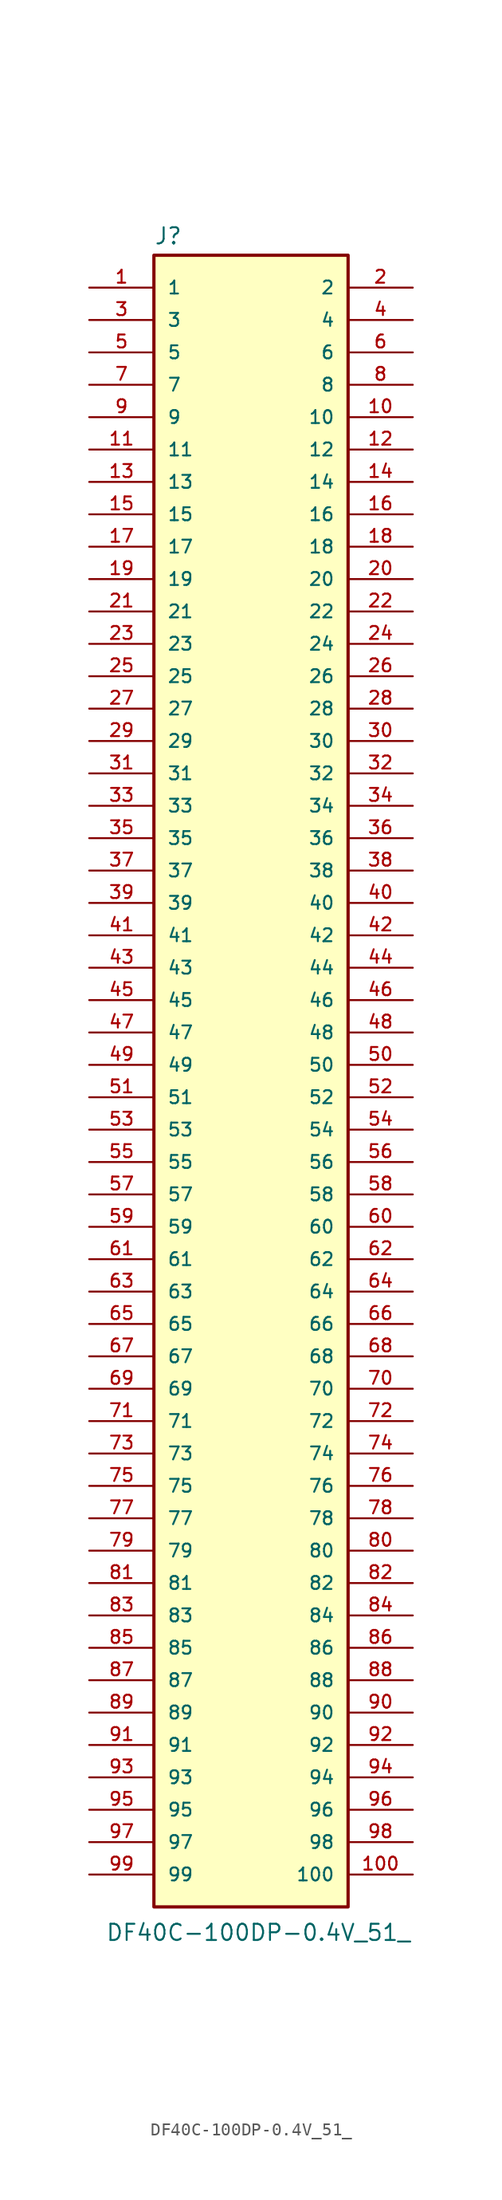
<source format=kicad_sym>
(kicad_symbol_lib
  (version 20220914)
  (generator kicad_symbol_editor)
  (symbol "DF40C-100DP-0.4V_51_"
    (pin_names
      (offset 1.016))
    (property "Reference" "J"
      (at -7.62 64.262 0)
      (effects (font (size 1.27 1.27)) (justify left bottom)))
    (property "Value" "DF40C-100DP-0.4V_51_"
      (at -11.43 -67.31 0)
      (effects (font (size 1.27 1.27)) (justify left top)))
    (symbol "DF40C-100DP-0.4V_51__0_0"
      (rectangle (start -7.62 63.5) (end 7.62 -66.04) (stroke (width 0.254) (type default)) (fill (type background)))
      (pin passive line (at -12.7 60.96 0) (length 5.08) (name "1" (effects (font (size 1.016 1.016)))) (number "1" (effects (font (size 1.016 1.016)))))
      (pin passive line (at 12.7 50.8 180) (length 5.08) (name "10" (effects (font (size 1.016 1.016)))) (number "10" (effects (font (size 1.016 1.016)))))
      (pin passive line (at 12.7 -63.5 180) (length 5.08) (name "100" (effects (font (size 1.016 1.016)))) (number "100" (effects (font (size 1.016 1.016)))))
      (pin passive line (at -12.7 48.26 0) (length 5.08) (name "11" (effects (font (size 1.016 1.016)))) (number "11" (effects (font (size 1.016 1.016)))))
      (pin passive line (at 12.7 48.26 180) (length 5.08) (name "12" (effects (font (size 1.016 1.016)))) (number "12" (effects (font (size 1.016 1.016)))))
      (pin passive line (at -12.7 45.72 0) (length 5.08) (name "13" (effects (font (size 1.016 1.016)))) (number "13" (effects (font (size 1.016 1.016)))))
      (pin passive line (at 12.7 45.72 180) (length 5.08) (name "14" (effects (font (size 1.016 1.016)))) (number "14" (effects (font (size 1.016 1.016)))))
      (pin passive line (at -12.7 43.18 0) (length 5.08) (name "15" (effects (font (size 1.016 1.016)))) (number "15" (effects (font (size 1.016 1.016)))))
      (pin passive line (at 12.7 43.18 180) (length 5.08) (name "16" (effects (font (size 1.016 1.016)))) (number "16" (effects (font (size 1.016 1.016)))))
      (pin passive line (at -12.7 40.64 0) (length 5.08) (name "17" (effects (font (size 1.016 1.016)))) (number "17" (effects (font (size 1.016 1.016)))))
      (pin passive line (at 12.7 40.64 180) (length 5.08) (name "18" (effects (font (size 1.016 1.016)))) (number "18" (effects (font (size 1.016 1.016)))))
      (pin passive line (at -12.7 38.1 0) (length 5.08) (name "19" (effects (font (size 1.016 1.016)))) (number "19" (effects (font (size 1.016 1.016)))))
      (pin passive line (at 12.7 60.96 180) (length 5.08) (name "2" (effects (font (size 1.016 1.016)))) (number "2" (effects (font (size 1.016 1.016)))))
      (pin passive line (at 12.7 38.1 180) (length 5.08) (name "20" (effects (font (size 1.016 1.016)))) (number "20" (effects (font (size 1.016 1.016)))))
      (pin passive line (at -12.7 35.56 0) (length 5.08) (name "21" (effects (font (size 1.016 1.016)))) (number "21" (effects (font (size 1.016 1.016)))))
      (pin passive line (at 12.7 35.56 180) (length 5.08) (name "22" (effects (font (size 1.016 1.016)))) (number "22" (effects (font (size 1.016 1.016)))))
      (pin passive line (at -12.7 33.02 0) (length 5.08) (name "23" (effects (font (size 1.016 1.016)))) (number "23" (effects (font (size 1.016 1.016)))))
      (pin passive line (at 12.7 33.02 180) (length 5.08) (name "24" (effects (font (size 1.016 1.016)))) (number "24" (effects (font (size 1.016 1.016)))))
      (pin passive line (at -12.7 30.48 0) (length 5.08) (name "25" (effects (font (size 1.016 1.016)))) (number "25" (effects (font (size 1.016 1.016)))))
      (pin passive line (at 12.7 30.48 180) (length 5.08) (name "26" (effects (font (size 1.016 1.016)))) (number "26" (effects (font (size 1.016 1.016)))))
      (pin passive line (at -12.7 27.94 0) (length 5.08) (name "27" (effects (font (size 1.016 1.016)))) (number "27" (effects (font (size 1.016 1.016)))))
      (pin passive line (at 12.7 27.94 180) (length 5.08) (name "28" (effects (font (size 1.016 1.016)))) (number "28" (effects (font (size 1.016 1.016)))))
      (pin passive line (at -12.7 25.4 0) (length 5.08) (name "29" (effects (font (size 1.016 1.016)))) (number "29" (effects (font (size 1.016 1.016)))))
      (pin passive line (at -12.7 58.42 0) (length 5.08) (name "3" (effects (font (size 1.016 1.016)))) (number "3" (effects (font (size 1.016 1.016)))))
      (pin passive line (at 12.7 25.4 180) (length 5.08) (name "30" (effects (font (size 1.016 1.016)))) (number "30" (effects (font (size 1.016 1.016)))))
      (pin passive line (at -12.7 22.86 0) (length 5.08) (name "31" (effects (font (size 1.016 1.016)))) (number "31" (effects (font (size 1.016 1.016)))))
      (pin passive line (at 12.7 22.86 180) (length 5.08) (name "32" (effects (font (size 1.016 1.016)))) (number "32" (effects (font (size 1.016 1.016)))))
      (pin passive line (at -12.7 20.32 0) (length 5.08) (name "33" (effects (font (size 1.016 1.016)))) (number "33" (effects (font (size 1.016 1.016)))))
      (pin passive line (at 12.7 20.32 180) (length 5.08) (name "34" (effects (font (size 1.016 1.016)))) (number "34" (effects (font (size 1.016 1.016)))))
      (pin passive line (at -12.7 17.78 0) (length 5.08) (name "35" (effects (font (size 1.016 1.016)))) (number "35" (effects (font (size 1.016 1.016)))))
      (pin passive line (at 12.7 17.78 180) (length 5.08) (name "36" (effects (font (size 1.016 1.016)))) (number "36" (effects (font (size 1.016 1.016)))))
      (pin passive line (at -12.7 15.24 0) (length 5.08) (name "37" (effects (font (size 1.016 1.016)))) (number "37" (effects (font (size 1.016 1.016)))))
      (pin passive line (at 12.7 15.24 180) (length 5.08) (name "38" (effects (font (size 1.016 1.016)))) (number "38" (effects (font (size 1.016 1.016)))))
      (pin passive line (at -12.7 12.7 0) (length 5.08) (name "39" (effects (font (size 1.016 1.016)))) (number "39" (effects (font (size 1.016 1.016)))))
      (pin passive line (at 12.7 58.42 180) (length 5.08) (name "4" (effects (font (size 1.016 1.016)))) (number "4" (effects (font (size 1.016 1.016)))))
      (pin passive line (at 12.7 12.7 180) (length 5.08) (name "40" (effects (font (size 1.016 1.016)))) (number "40" (effects (font (size 1.016 1.016)))))
      (pin passive line (at -12.7 10.16 0) (length 5.08) (name "41" (effects (font (size 1.016 1.016)))) (number "41" (effects (font (size 1.016 1.016)))))
      (pin passive line (at 12.7 10.16 180) (length 5.08) (name "42" (effects (font (size 1.016 1.016)))) (number "42" (effects (font (size 1.016 1.016)))))
      (pin passive line (at -12.7 7.62 0) (length 5.08) (name "43" (effects (font (size 1.016 1.016)))) (number "43" (effects (font (size 1.016 1.016)))))
      (pin passive line (at 12.7 7.62 180) (length 5.08) (name "44" (effects (font (size 1.016 1.016)))) (number "44" (effects (font (size 1.016 1.016)))))
      (pin passive line (at -12.7 5.08 0) (length 5.08) (name "45" (effects (font (size 1.016 1.016)))) (number "45" (effects (font (size 1.016 1.016)))))
      (pin passive line (at 12.7 5.08 180) (length 5.08) (name "46" (effects (font (size 1.016 1.016)))) (number "46" (effects (font (size 1.016 1.016)))))
      (pin passive line (at -12.7 2.54 0) (length 5.08) (name "47" (effects (font (size 1.016 1.016)))) (number "47" (effects (font (size 1.016 1.016)))))
      (pin passive line (at 12.7 2.54 180) (length 5.08) (name "48" (effects (font (size 1.016 1.016)))) (number "48" (effects (font (size 1.016 1.016)))))
      (pin passive line (at -12.7 0 0) (length 5.08) (name "49" (effects (font (size 1.016 1.016)))) (number "49" (effects (font (size 1.016 1.016)))))
      (pin passive line (at -12.7 55.88 0) (length 5.08) (name "5" (effects (font (size 1.016 1.016)))) (number "5" (effects (font (size 1.016 1.016)))))
      (pin passive line (at 12.7 0 180) (length 5.08) (name "50" (effects (font (size 1.016 1.016)))) (number "50" (effects (font (size 1.016 1.016)))))
      (pin passive line (at -12.7 -2.54 0) (length 5.08) (name "51" (effects (font (size 1.016 1.016)))) (number "51" (effects (font (size 1.016 1.016)))))
      (pin passive line (at 12.7 -2.54 180) (length 5.08) (name "52" (effects (font (size 1.016 1.016)))) (number "52" (effects (font (size 1.016 1.016)))))
      (pin passive line (at -12.7 -5.08 0) (length 5.08) (name "53" (effects (font (size 1.016 1.016)))) (number "53" (effects (font (size 1.016 1.016)))))
      (pin passive line (at 12.7 -5.08 180) (length 5.08) (name "54" (effects (font (size 1.016 1.016)))) (number "54" (effects (font (size 1.016 1.016)))))
      (pin passive line (at -12.7 -7.62 0) (length 5.08) (name "55" (effects (font (size 1.016 1.016)))) (number "55" (effects (font (size 1.016 1.016)))))
      (pin passive line (at 12.7 -7.62 180) (length 5.08) (name "56" (effects (font (size 1.016 1.016)))) (number "56" (effects (font (size 1.016 1.016)))))
      (pin passive line (at -12.7 -10.16 0) (length 5.08) (name "57" (effects (font (size 1.016 1.016)))) (number "57" (effects (font (size 1.016 1.016)))))
      (pin passive line (at 12.7 -10.16 180) (length 5.08) (name "58" (effects (font (size 1.016 1.016)))) (number "58" (effects (font (size 1.016 1.016)))))
      (pin passive line (at -12.7 -12.7 0) (length 5.08) (name "59" (effects (font (size 1.016 1.016)))) (number "59" (effects (font (size 1.016 1.016)))))
      (pin passive line (at 12.7 55.88 180) (length 5.08) (name "6" (effects (font (size 1.016 1.016)))) (number "6" (effects (font (size 1.016 1.016)))))
      (pin passive line (at 12.7 -12.7 180) (length 5.08) (name "60" (effects (font (size 1.016 1.016)))) (number "60" (effects (font (size 1.016 1.016)))))
      (pin passive line (at -12.7 -15.24 0) (length 5.08) (name "61" (effects (font (size 1.016 1.016)))) (number "61" (effects (font (size 1.016 1.016)))))
      (pin passive line (at 12.7 -15.24 180) (length 5.08) (name "62" (effects (font (size 1.016 1.016)))) (number "62" (effects (font (size 1.016 1.016)))))
      (pin passive line (at -12.7 -17.78 0) (length 5.08) (name "63" (effects (font (size 1.016 1.016)))) (number "63" (effects (font (size 1.016 1.016)))))
      (pin passive line (at 12.7 -17.78 180) (length 5.08) (name "64" (effects (font (size 1.016 1.016)))) (number "64" (effects (font (size 1.016 1.016)))))
      (pin passive line (at -12.7 -20.32 0) (length 5.08) (name "65" (effects (font (size 1.016 1.016)))) (number "65" (effects (font (size 1.016 1.016)))))
      (pin passive line (at 12.7 -20.32 180) (length 5.08) (name "66" (effects (font (size 1.016 1.016)))) (number "66" (effects (font (size 1.016 1.016)))))
      (pin passive line (at -12.7 -22.86 0) (length 5.08) (name "67" (effects (font (size 1.016 1.016)))) (number "67" (effects (font (size 1.016 1.016)))))
      (pin passive line (at 12.7 -22.86 180) (length 5.08) (name "68" (effects (font (size 1.016 1.016)))) (number "68" (effects (font (size 1.016 1.016)))))
      (pin passive line (at -12.7 -25.4 0) (length 5.08) (name "69" (effects (font (size 1.016 1.016)))) (number "69" (effects (font (size 1.016 1.016)))))
      (pin passive line (at -12.7 53.34 0) (length 5.08) (name "7" (effects (font (size 1.016 1.016)))) (number "7" (effects (font (size 1.016 1.016)))))
      (pin passive line (at 12.7 -25.4 180) (length 5.08) (name "70" (effects (font (size 1.016 1.016)))) (number "70" (effects (font (size 1.016 1.016)))))
      (pin passive line (at -12.7 -27.94 0) (length 5.08) (name "71" (effects (font (size 1.016 1.016)))) (number "71" (effects (font (size 1.016 1.016)))))
      (pin passive line (at 12.7 -27.94 180) (length 5.08) (name "72" (effects (font (size 1.016 1.016)))) (number "72" (effects (font (size 1.016 1.016)))))
      (pin passive line (at -12.7 -30.48 0) (length 5.08) (name "73" (effects (font (size 1.016 1.016)))) (number "73" (effects (font (size 1.016 1.016)))))
      (pin passive line (at 12.7 -30.48 180) (length 5.08) (name "74" (effects (font (size 1.016 1.016)))) (number "74" (effects (font (size 1.016 1.016)))))
      (pin passive line (at -12.7 -33.02 0) (length 5.08) (name "75" (effects (font (size 1.016 1.016)))) (number "75" (effects (font (size 1.016 1.016)))))
      (pin passive line (at 12.7 -33.02 180) (length 5.08) (name "76" (effects (font (size 1.016 1.016)))) (number "76" (effects (font (size 1.016 1.016)))))
      (pin passive line (at -12.7 -35.56 0) (length 5.08) (name "77" (effects (font (size 1.016 1.016)))) (number "77" (effects (font (size 1.016 1.016)))))
      (pin passive line (at 12.7 -35.56 180) (length 5.08) (name "78" (effects (font (size 1.016 1.016)))) (number "78" (effects (font (size 1.016 1.016)))))
      (pin passive line (at -12.7 -38.1 0) (length 5.08) (name "79" (effects (font (size 1.016 1.016)))) (number "79" (effects (font (size 1.016 1.016)))))
      (pin passive line (at 12.7 53.34 180) (length 5.08) (name "8" (effects (font (size 1.016 1.016)))) (number "8" (effects (font (size 1.016 1.016)))))
      (pin passive line (at 12.7 -38.1 180) (length 5.08) (name "80" (effects (font (size 1.016 1.016)))) (number "80" (effects (font (size 1.016 1.016)))))
      (pin passive line (at -12.7 -40.64 0) (length 5.08) (name "81" (effects (font (size 1.016 1.016)))) (number "81" (effects (font (size 1.016 1.016)))))
      (pin passive line (at 12.7 -40.64 180) (length 5.08) (name "82" (effects (font (size 1.016 1.016)))) (number "82" (effects (font (size 1.016 1.016)))))
      (pin passive line (at -12.7 -43.18 0) (length 5.08) (name "83" (effects (font (size 1.016 1.016)))) (number "83" (effects (font (size 1.016 1.016)))))
      (pin passive line (at 12.7 -43.18 180) (length 5.08) (name "84" (effects (font (size 1.016 1.016)))) (number "84" (effects (font (size 1.016 1.016)))))
      (pin passive line (at -12.7 -45.72 0) (length 5.08) (name "85" (effects (font (size 1.016 1.016)))) (number "85" (effects (font (size 1.016 1.016)))))
      (pin passive line (at 12.7 -45.72 180) (length 5.08) (name "86" (effects (font (size 1.016 1.016)))) (number "86" (effects (font (size 1.016 1.016)))))
      (pin passive line (at -12.7 -48.26 0) (length 5.08) (name "87" (effects (font (size 1.016 1.016)))) (number "87" (effects (font (size 1.016 1.016)))))
      (pin passive line (at 12.7 -48.26 180) (length 5.08) (name "88" (effects (font (size 1.016 1.016)))) (number "88" (effects (font (size 1.016 1.016)))))
      (pin passive line (at -12.7 -50.8 0) (length 5.08) (name "89" (effects (font (size 1.016 1.016)))) (number "89" (effects (font (size 1.016 1.016)))))
      (pin passive line (at -12.7 50.8 0) (length 5.08) (name "9" (effects (font (size 1.016 1.016)))) (number "9" (effects (font (size 1.016 1.016)))))
      (pin passive line (at 12.7 -50.8 180) (length 5.08) (name "90" (effects (font (size 1.016 1.016)))) (number "90" (effects (font (size 1.016 1.016)))))
      (pin passive line (at -12.7 -53.34 0) (length 5.08) (name "91" (effects (font (size 1.016 1.016)))) (number "91" (effects (font (size 1.016 1.016)))))
      (pin passive line (at 12.7 -53.34 180) (length 5.08) (name "92" (effects (font (size 1.016 1.016)))) (number "92" (effects (font (size 1.016 1.016)))))
      (pin passive line (at -12.7 -55.88 0) (length 5.08) (name "93" (effects (font (size 1.016 1.016)))) (number "93" (effects (font (size 1.016 1.016)))))
      (pin passive line (at 12.7 -55.88 180) (length 5.08) (name "94" (effects (font (size 1.016 1.016)))) (number "94" (effects (font (size 1.016 1.016)))))
      (pin passive line (at -12.7 -58.42 0) (length 5.08) (name "95" (effects (font (size 1.016 1.016)))) (number "95" (effects (font (size 1.016 1.016)))))
      (pin passive line (at 12.7 -58.42 180) (length 5.08) (name "96" (effects (font (size 1.016 1.016)))) (number "96" (effects (font (size 1.016 1.016)))))
      (pin passive line (at -12.7 -60.96 0) (length 5.08) (name "97" (effects (font (size 1.016 1.016)))) (number "97" (effects (font (size 1.016 1.016)))))
      (pin passive line (at 12.7 -60.96 180) (length 5.08) (name "98" (effects (font (size 1.016 1.016)))) (number "98" (effects (font (size 1.016 1.016)))))
      (pin passive line (at -12.7 -63.5 0) (length 5.08) (name "99" (effects (font (size 1.016 1.016)))) (number "99" (effects (font (size 1.016 1.016))))))))
</source>
